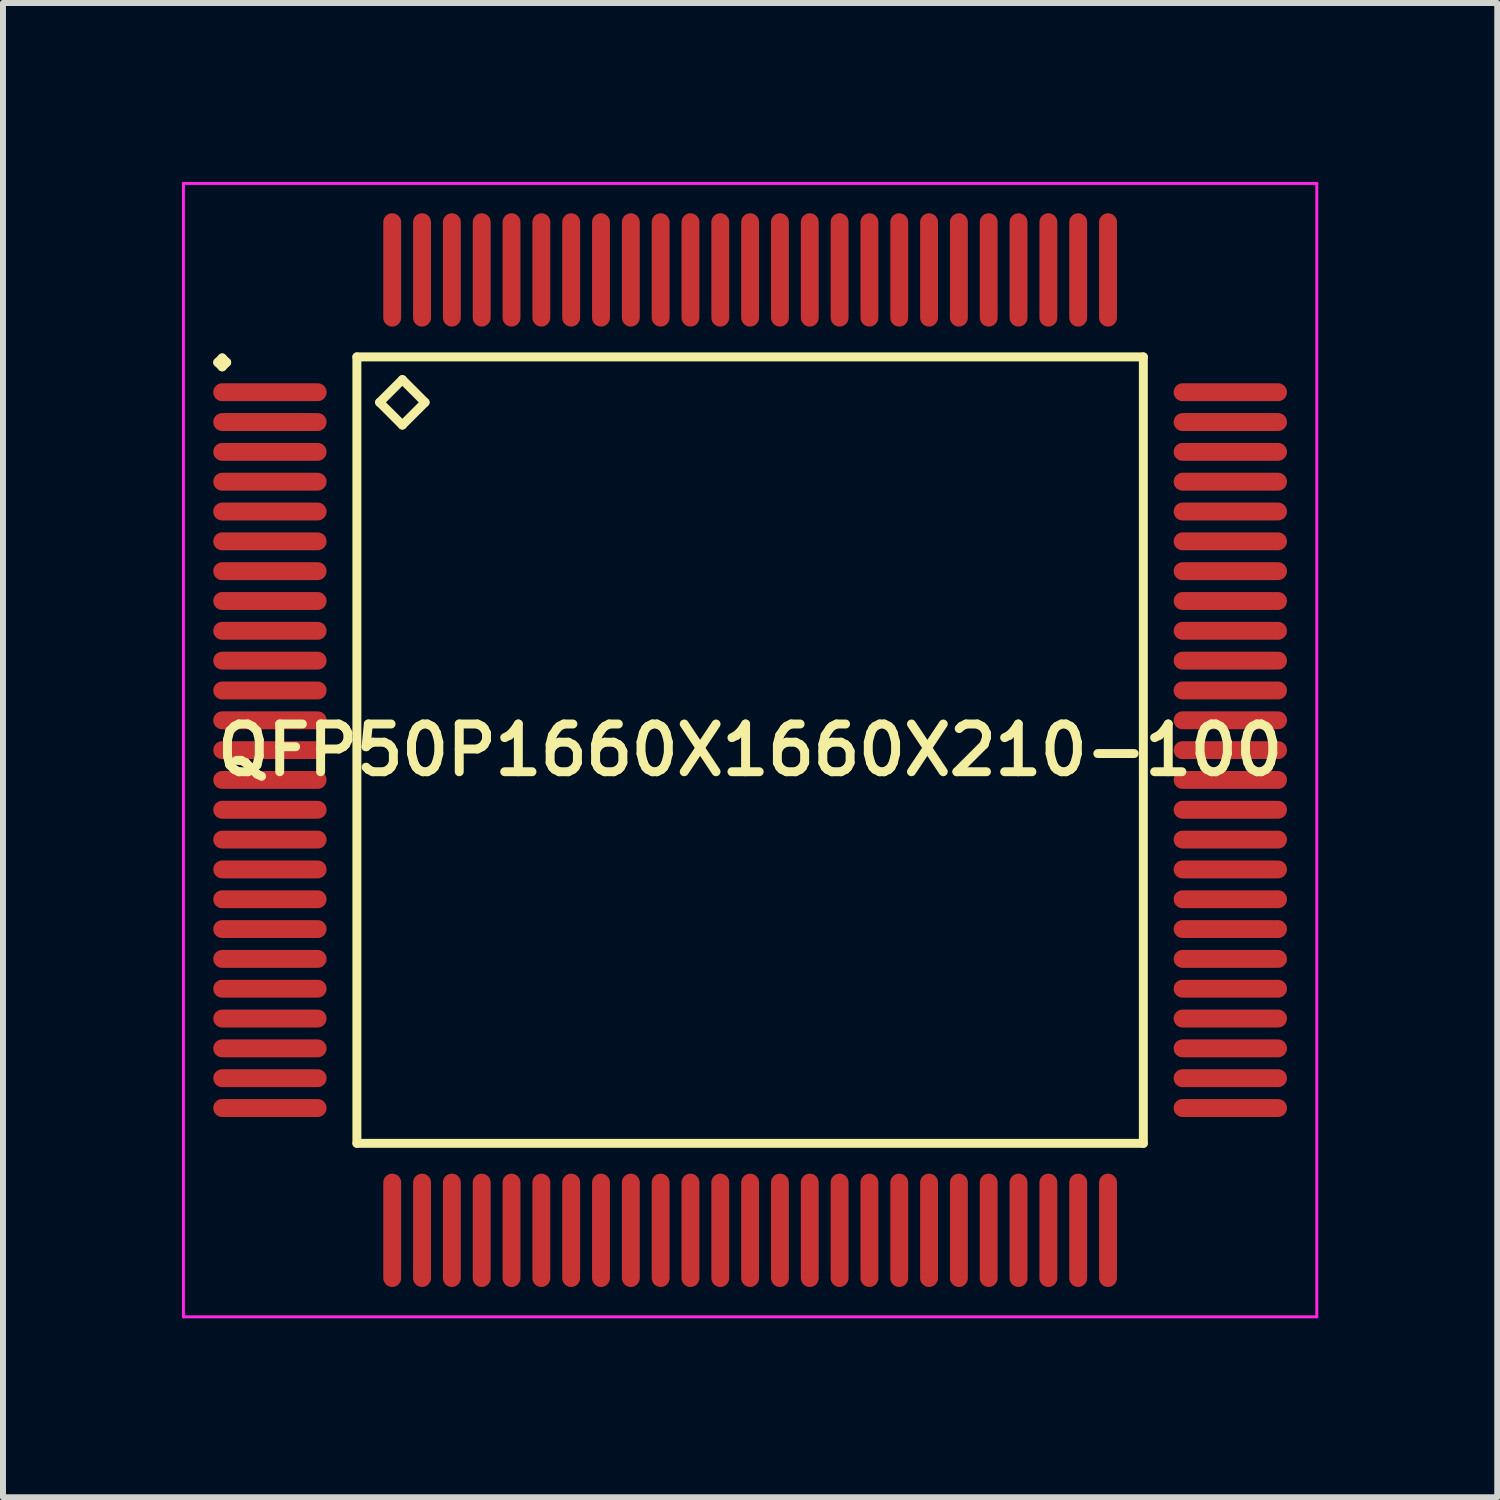
<source format=kicad_pcb>
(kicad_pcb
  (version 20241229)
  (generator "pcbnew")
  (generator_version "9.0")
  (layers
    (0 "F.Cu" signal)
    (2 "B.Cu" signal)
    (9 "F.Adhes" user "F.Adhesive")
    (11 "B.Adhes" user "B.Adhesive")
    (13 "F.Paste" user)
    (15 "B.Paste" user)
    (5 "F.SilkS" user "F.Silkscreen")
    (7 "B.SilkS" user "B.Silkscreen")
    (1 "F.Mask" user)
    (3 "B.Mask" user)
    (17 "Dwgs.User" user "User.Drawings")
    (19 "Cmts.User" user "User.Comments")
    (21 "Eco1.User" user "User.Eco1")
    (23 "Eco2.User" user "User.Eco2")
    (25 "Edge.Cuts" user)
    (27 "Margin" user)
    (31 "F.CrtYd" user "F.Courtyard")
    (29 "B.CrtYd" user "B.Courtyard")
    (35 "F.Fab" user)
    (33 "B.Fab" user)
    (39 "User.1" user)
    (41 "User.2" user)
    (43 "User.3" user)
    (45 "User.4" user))
  (footprint "QFP50P1660X1660X210-100"
    (layer "F.Cu")
    (at 9.525 9.525)
    (property "Reference" "QFP50P1660X1660X210-100" (at 0 0 0) (layer "F.SilkS") (effects (font (size 0.8 0.8) (thickness 0.15))))
    (attr smd)
    (fp_line (start -8.925 -6.5) (end -8.85 -6.575) (stroke (width 0.15) (type solid)) (layer "F.SilkS"))
    (fp_line (start -8.85 -6.575) (end -8.775 -6.5) (stroke (width 0.15) (type solid)) (layer "F.SilkS"))
    (fp_line (start -8.85 -6.425) (end -8.925 -6.5) (stroke (width 0.15) (type solid)) (layer "F.SilkS"))
    (fp_line (start -8.775 -6.5) (end -8.85 -6.425) (stroke (width 0.15) (type solid)) (layer "F.SilkS"))
    (fp_line (start -6.592 -6.592) (end -6.592 6.592) (stroke (width 0.15) (type solid)) (layer "F.SilkS"))
    (fp_line (start -6.592 6.592) (end 6.592 6.592) (stroke (width 0.15) (type solid)) (layer "F.SilkS"))
    (fp_line (start -6.211 -5.83) (end -5.83 -6.211) (stroke (width 0.15) (type solid)) (layer "F.SilkS"))
    (fp_line (start -5.83 -6.211) (end -5.449 -5.83) (stroke (width 0.15) (type solid)) (layer "F.SilkS"))
    (fp_line (start -5.83 -5.449) (end -6.211 -5.83) (stroke (width 0.15) (type solid)) (layer "F.SilkS"))
    (fp_line (start -5.449 -5.83) (end -5.83 -5.449) (stroke (width 0.15) (type solid)) (layer "F.SilkS"))
    (fp_line (start 6.592 -6.592) (end -6.592 -6.592) (stroke (width 0.15) (type solid)) (layer "F.SilkS"))
    (fp_line (start 6.592 6.592) (end 6.592 -6.592) (stroke (width 0.15) (type solid)) (layer "F.SilkS"))
    (fp_line (start -9.5 -9.5) (end 9.5 -9.5) (stroke (width 0.05) (type solid)) (layer "F.CrtYd"))
    (fp_line (start -9.5 9.5) (end -9.5 -9.5) (stroke (width 0.05) (type solid)) (layer "F.CrtYd"))
    (fp_line (start 9.5 -9.5) (end 9.5 9.5) (stroke (width 0.05) (type solid)) (layer "F.CrtYd"))
    (fp_line (start 9.5 9.5) (end -9.5 9.5) (stroke (width 0.05) (type solid)) (layer "F.CrtYd"))
    (pad "1" smd oval (at -8.05 -6) (size 1.9 0.3) (layers "F.Cu" "F.Mask" "F.Paste"))
    (pad "2" smd oval (at -8.05 -5.5) (size 1.9 0.3) (layers "F.Cu" "F.Mask" "F.Paste"))
    (pad "3" smd oval (at -8.05 -5) (size 1.9 0.3) (layers "F.Cu" "F.Mask" "F.Paste"))
    (pad "4" smd oval (at -8.05 -4.5) (size 1.9 0.3) (layers "F.Cu" "F.Mask" "F.Paste"))
    (pad "5" smd oval (at -8.05 -4) (size 1.9 0.3) (layers "F.Cu" "F.Mask" "F.Paste"))
    (pad "6" smd oval (at -8.05 -3.5) (size 1.9 0.3) (layers "F.Cu" "F.Mask" "F.Paste"))
    (pad "7" smd oval (at -8.05 -3) (size 1.9 0.3) (layers "F.Cu" "F.Mask" "F.Paste"))
    (pad "8" smd oval (at -8.05 -2.5) (size 1.9 0.3) (layers "F.Cu" "F.Mask" "F.Paste"))
    (pad "9" smd oval (at -8.05 -2) (size 1.9 0.3) (layers "F.Cu" "F.Mask" "F.Paste"))
    (pad "10" smd oval (at -8.05 -1.5) (size 1.9 0.3) (layers "F.Cu" "F.Mask" "F.Paste"))
    (pad "11" smd oval (at -8.05 -1) (size 1.9 0.3) (layers "F.Cu" "F.Mask" "F.Paste"))
    (pad "12" smd oval (at -8.05 -0.5) (size 1.9 0.3) (layers "F.Cu" "F.Mask" "F.Paste"))
    (pad "13" smd oval (at -8.05 0) (size 1.9 0.3) (layers "F.Cu" "F.Mask" "F.Paste"))
    (pad "14" smd oval (at -8.05 0.5) (size 1.9 0.3) (layers "F.Cu" "F.Mask" "F.Paste"))
    (pad "15" smd oval (at -8.05 1) (size 1.9 0.3) (layers "F.Cu" "F.Mask" "F.Paste"))
    (pad "16" smd oval (at -8.05 1.5) (size 1.9 0.3) (layers "F.Cu" "F.Mask" "F.Paste"))
    (pad "17" smd oval (at -8.05 2) (size 1.9 0.3) (layers "F.Cu" "F.Mask" "F.Paste"))
    (pad "18" smd oval (at -8.05 2.5) (size 1.9 0.3) (layers "F.Cu" "F.Mask" "F.Paste"))
    (pad "19" smd oval (at -8.05 3) (size 1.9 0.3) (layers "F.Cu" "F.Mask" "F.Paste"))
    (pad "20" smd oval (at -8.05 3.5) (size 1.9 0.3) (layers "F.Cu" "F.Mask" "F.Paste"))
    (pad "21" smd oval (at -8.05 4) (size 1.9 0.3) (layers "F.Cu" "F.Mask" "F.Paste"))
    (pad "22" smd oval (at -8.05 4.5) (size 1.9 0.3) (layers "F.Cu" "F.Mask" "F.Paste"))
    (pad "23" smd oval (at -8.05 5) (size 1.9 0.3) (layers "F.Cu" "F.Mask" "F.Paste"))
    (pad "24" smd oval (at -8.05 5.5) (size 1.9 0.3) (layers "F.Cu" "F.Mask" "F.Paste"))
    (pad "25" smd oval (at -8.05 6) (size 1.9 0.3) (layers "F.Cu" "F.Mask" "F.Paste"))
    (pad "26" smd oval (at -6 8.05) (size 0.3 1.9) (layers "F.Cu" "F.Mask" "F.Paste"))
    (pad "27" smd oval (at -5.5 8.05) (size 0.3 1.9) (layers "F.Cu" "F.Mask" "F.Paste"))
    (pad "28" smd oval (at -5 8.05) (size 0.3 1.9) (layers "F.Cu" "F.Mask" "F.Paste"))
    (pad "29" smd oval (at -4.5 8.05) (size 0.3 1.9) (layers "F.Cu" "F.Mask" "F.Paste"))
    (pad "30" smd oval (at -4 8.05) (size 0.3 1.9) (layers "F.Cu" "F.Mask" "F.Paste"))
    (pad "31" smd oval (at -3.5 8.05) (size 0.3 1.9) (layers "F.Cu" "F.Mask" "F.Paste"))
    (pad "32" smd oval (at -3 8.05) (size 0.3 1.9) (layers "F.Cu" "F.Mask" "F.Paste"))
    (pad "33" smd oval (at -2.5 8.05) (size 0.3 1.9) (layers "F.Cu" "F.Mask" "F.Paste"))
    (pad "34" smd oval (at -2 8.05) (size 0.3 1.9) (layers "F.Cu" "F.Mask" "F.Paste"))
    (pad "35" smd oval (at -1.5 8.05) (size 0.3 1.9) (layers "F.Cu" "F.Mask" "F.Paste"))
    (pad "36" smd oval (at -1 8.05) (size 0.3 1.9) (layers "F.Cu" "F.Mask" "F.Paste"))
    (pad "37" smd oval (at -0.5 8.05) (size 0.3 1.9) (layers "F.Cu" "F.Mask" "F.Paste"))
    (pad "38" smd oval (at 0 8.05) (size 0.3 1.9) (layers "F.Cu" "F.Mask" "F.Paste"))
    (pad "39" smd oval (at 0.5 8.05) (size 0.3 1.9) (layers "F.Cu" "F.Mask" "F.Paste"))
    (pad "40" smd oval (at 1 8.05) (size 0.3 1.9) (layers "F.Cu" "F.Mask" "F.Paste"))
    (pad "41" smd oval (at 1.5 8.05) (size 0.3 1.9) (layers "F.Cu" "F.Mask" "F.Paste"))
    (pad "42" smd oval (at 2 8.05) (size 0.3 1.9) (layers "F.Cu" "F.Mask" "F.Paste"))
    (pad "43" smd oval (at 2.5 8.05) (size 0.3 1.9) (layers "F.Cu" "F.Mask" "F.Paste"))
    (pad "44" smd oval (at 3 8.05) (size 0.3 1.9) (layers "F.Cu" "F.Mask" "F.Paste"))
    (pad "45" smd oval (at 3.5 8.05) (size 0.3 1.9) (layers "F.Cu" "F.Mask" "F.Paste"))
    (pad "46" smd oval (at 4 8.05) (size 0.3 1.9) (layers "F.Cu" "F.Mask" "F.Paste"))
    (pad "47" smd oval (at 4.5 8.05) (size 0.3 1.9) (layers "F.Cu" "F.Mask" "F.Paste"))
    (pad "48" smd oval (at 5 8.05) (size 0.3 1.9) (layers "F.Cu" "F.Mask" "F.Paste"))
    (pad "49" smd oval (at 5.5 8.05) (size 0.3 1.9) (layers "F.Cu" "F.Mask" "F.Paste"))
    (pad "50" smd oval (at 6 8.05) (size 0.3 1.9) (layers "F.Cu" "F.Mask" "F.Paste"))
    (pad "51" smd oval (at 8.05 6) (size 1.9 0.3) (layers "F.Cu" "F.Mask" "F.Paste"))
    (pad "52" smd oval (at 8.05 5.5) (size 1.9 0.3) (layers "F.Cu" "F.Mask" "F.Paste"))
    (pad "53" smd oval (at 8.05 5) (size 1.9 0.3) (layers "F.Cu" "F.Mask" "F.Paste"))
    (pad "54" smd oval (at 8.05 4.5) (size 1.9 0.3) (layers "F.Cu" "F.Mask" "F.Paste"))
    (pad "55" smd oval (at 8.05 4) (size 1.9 0.3) (layers "F.Cu" "F.Mask" "F.Paste"))
    (pad "56" smd oval (at 8.05 3.5) (size 1.9 0.3) (layers "F.Cu" "F.Mask" "F.Paste"))
    (pad "57" smd oval (at 8.05 3) (size 1.9 0.3) (layers "F.Cu" "F.Mask" "F.Paste"))
    (pad "58" smd oval (at 8.05 2.5) (size 1.9 0.3) (layers "F.Cu" "F.Mask" "F.Paste"))
    (pad "59" smd oval (at 8.05 2) (size 1.9 0.3) (layers "F.Cu" "F.Mask" "F.Paste"))
    (pad "60" smd oval (at 8.05 1.5) (size 1.9 0.3) (layers "F.Cu" "F.Mask" "F.Paste"))
    (pad "61" smd oval (at 8.05 1) (size 1.9 0.3) (layers "F.Cu" "F.Mask" "F.Paste"))
    (pad "62" smd oval (at 8.05 0.5) (size 1.9 0.3) (layers "F.Cu" "F.Mask" "F.Paste"))
    (pad "63" smd oval (at 8.05 0) (size 1.9 0.3) (layers "F.Cu" "F.Mask" "F.Paste"))
    (pad "64" smd oval (at 8.05 -0.5) (size 1.9 0.3) (layers "F.Cu" "F.Mask" "F.Paste"))
    (pad "65" smd oval (at 8.05 -1) (size 1.9 0.3) (layers "F.Cu" "F.Mask" "F.Paste"))
    (pad "66" smd oval (at 8.05 -1.5) (size 1.9 0.3) (layers "F.Cu" "F.Mask" "F.Paste"))
    (pad "67" smd oval (at 8.05 -2) (size 1.9 0.3) (layers "F.Cu" "F.Mask" "F.Paste"))
    (pad "68" smd oval (at 8.05 -2.5) (size 1.9 0.3) (layers "F.Cu" "F.Mask" "F.Paste"))
    (pad "69" smd oval (at 8.05 -3) (size 1.9 0.3) (layers "F.Cu" "F.Mask" "F.Paste"))
    (pad "70" smd oval (at 8.05 -3.5) (size 1.9 0.3) (layers "F.Cu" "F.Mask" "F.Paste"))
    (pad "71" smd oval (at 8.05 -4) (size 1.9 0.3) (layers "F.Cu" "F.Mask" "F.Paste"))
    (pad "72" smd oval (at 8.05 -4.5) (size 1.9 0.3) (layers "F.Cu" "F.Mask" "F.Paste"))
    (pad "73" smd oval (at 8.05 -5) (size 1.9 0.3) (layers "F.Cu" "F.Mask" "F.Paste"))
    (pad "74" smd oval (at 8.05 -5.5) (size 1.9 0.3) (layers "F.Cu" "F.Mask" "F.Paste"))
    (pad "75" smd oval (at 8.05 -6) (size 1.9 0.3) (layers "F.Cu" "F.Mask" "F.Paste"))
    (pad "76" smd oval (at 6 -8.05) (size 0.3 1.9) (layers "F.Cu" "F.Mask" "F.Paste"))
    (pad "77" smd oval (at 5.5 -8.05) (size 0.3 1.9) (layers "F.Cu" "F.Mask" "F.Paste"))
    (pad "78" smd oval (at 5 -8.05) (size 0.3 1.9) (layers "F.Cu" "F.Mask" "F.Paste"))
    (pad "79" smd oval (at 4.5 -8.05) (size 0.3 1.9) (layers "F.Cu" "F.Mask" "F.Paste"))
    (pad "80" smd oval (at 4 -8.05) (size 0.3 1.9) (layers "F.Cu" "F.Mask" "F.Paste"))
    (pad "81" smd oval (at 3.5 -8.05) (size 0.3 1.9) (layers "F.Cu" "F.Mask" "F.Paste"))
    (pad "82" smd oval (at 3 -8.05) (size 0.3 1.9) (layers "F.Cu" "F.Mask" "F.Paste"))
    (pad "83" smd oval (at 2.5 -8.05) (size 0.3 1.9) (layers "F.Cu" "F.Mask" "F.Paste"))
    (pad "84" smd oval (at 2 -8.05) (size 0.3 1.9) (layers "F.Cu" "F.Mask" "F.Paste"))
    (pad "85" smd oval (at 1.5 -8.05) (size 0.3 1.9) (layers "F.Cu" "F.Mask" "F.Paste"))
    (pad "86" smd oval (at 1 -8.05) (size 0.3 1.9) (layers "F.Cu" "F.Mask" "F.Paste"))
    (pad "87" smd oval (at 0.5 -8.05) (size 0.3 1.9) (layers "F.Cu" "F.Mask" "F.Paste"))
    (pad "88" smd oval (at 0 -8.05) (size 0.3 1.9) (layers "F.Cu" "F.Mask" "F.Paste"))
    (pad "89" smd oval (at -0.5 -8.05) (size 0.3 1.9) (layers "F.Cu" "F.Mask" "F.Paste"))
    (pad "90" smd oval (at -1 -8.05) (size 0.3 1.9) (layers "F.Cu" "F.Mask" "F.Paste"))
    (pad "91" smd oval (at -1.5 -8.05) (size 0.3 1.9) (layers "F.Cu" "F.Mask" "F.Paste"))
    (pad "92" smd oval (at -2 -8.05) (size 0.3 1.9) (layers "F.Cu" "F.Mask" "F.Paste"))
    (pad "93" smd oval (at -2.5 -8.05) (size 0.3 1.9) (layers "F.Cu" "F.Mask" "F.Paste"))
    (pad "94" smd oval (at -3 -8.05) (size 0.3 1.9) (layers "F.Cu" "F.Mask" "F.Paste"))
    (pad "95" smd oval (at -3.5 -8.05) (size 0.3 1.9) (layers "F.Cu" "F.Mask" "F.Paste"))
    (pad "96" smd oval (at -4 -8.05) (size 0.3 1.9) (layers "F.Cu" "F.Mask" "F.Paste"))
    (pad "97" smd oval (at -4.5 -8.05) (size 0.3 1.9) (layers "F.Cu" "F.Mask" "F.Paste"))
    (pad "98" smd oval (at -5 -8.05) (size 0.3 1.9) (layers "F.Cu" "F.Mask" "F.Paste"))
    (pad "99" smd oval (at -5.5 -8.05) (size 0.3 1.9) (layers "F.Cu" "F.Mask" "F.Paste"))
    (pad "100" smd oval (at -6 -8.05) (size 0.3 1.9) (layers "F.Cu" "F.Mask" "F.Paste")))
  (gr_rect
    (start -3 -3)
    (end 22.05 22.05)
    (stroke (width 0.1) (type default))
    (fill no)
    (layer "Edge.Cuts")))
</source>
